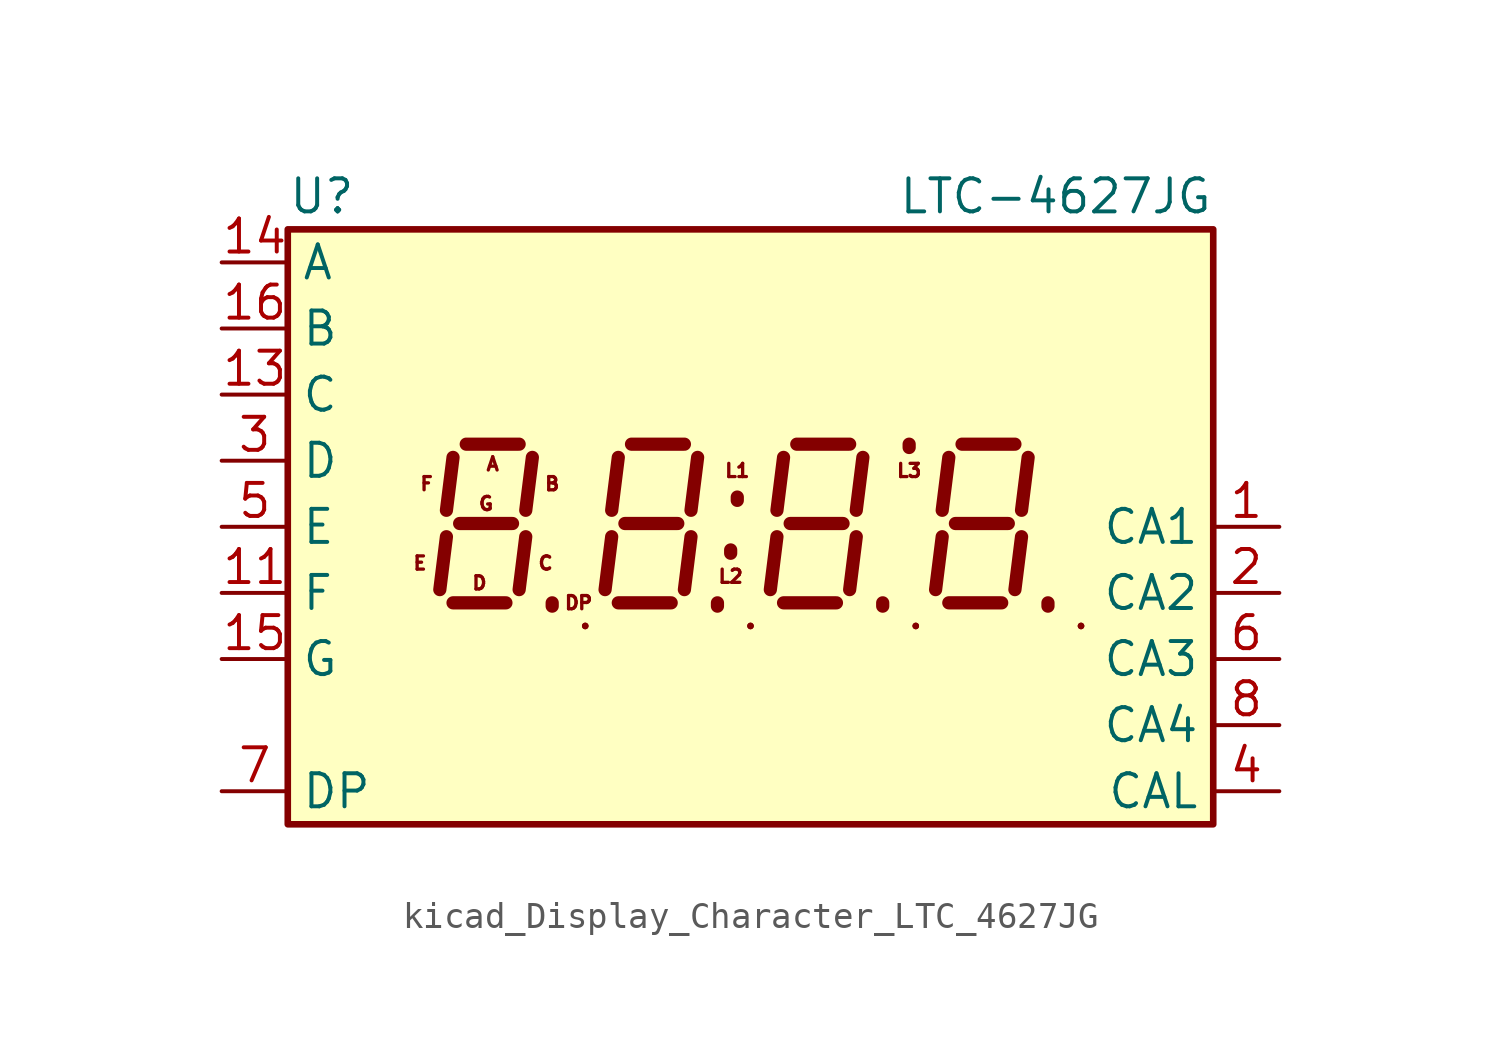
<source format=kicad_sym>
(kicad_symbol_lib
  (version 20220914)
  (generator kicad_symbol_editor)
  (symbol "kicad_Display_Character_LTC_4627JG"
    (property "Reference" "U"
      (at -17.78 12.7 0)
      (effects (font (size 1.27 1.27)) (justify left)))
    (property "Value" "LTC-4627JG"
      (at 17.78 12.7 0)
      (effects (font (size 1.27 1.27)) (justify right)))
    (symbol "kicad_Display_Character_LTC_4627JG_0_1"
      (rectangle (start -17.78 -11.43) (end 17.78 11.43) (stroke (width 0.254) (type default)) (fill (type background)))
      (rectangle (start -6.35 -3.81) (end -6.35 -3.81) (stroke (width 0.254) (type default)) (fill (type none)))
      (rectangle (start 0 -3.81) (end 0 -3.81) (stroke (width 0.254) (type default)) (fill (type none)))
      (polyline (pts (xy -6.35 -3.81) (xy -6.35 -3.81)) (stroke (width 0.254) (type default)) (fill (type none)))
      (polyline (pts (xy 0 -3.81) (xy 0 -3.81)) (stroke (width 0.254) (type default)) (fill (type none)))
      (polyline (pts (xy 6.35 -3.81) (xy 6.35 -3.81)) (stroke (width 0.254) (type default)) (fill (type none)))
      (polyline (pts (xy 12.7 -3.81) (xy 12.7 -3.81)) (stroke (width 0.254) (type default)) (fill (type none)))
      (rectangle (start 6.35 -3.81) (end 6.35 -3.81) (stroke (width 0.254) (type default)) (fill (type none)))
      (rectangle (start 12.7 -3.81) (end 12.7 -3.81) (stroke (width 0.254) (type default)) (fill (type none))))
    (symbol "kicad_Display_Character_LTC_4627JG_1_0"
      (text "A" (at -9.906 2.413 0) (effects (font (size 0.508 0.508))))
      (text "B" (at -7.62 1.651 0) (effects (font (size 0.508 0.508))))
      (text "C" (at -7.874 -1.397 0) (effects (font (size 0.508 0.508))))
      (text "D" (at -10.414 -2.159 0) (effects (font (size 0.508 0.508))))
      (text "DP" (at -6.604 -2.921 0) (effects (font (size 0.508 0.508))))
      (text "E" (at -12.7 -1.397 0) (effects (font (size 0.508 0.508))))
      (text "F" (at -12.446 1.651 0) (effects (font (size 0.508 0.508))))
      (text "G" (at -10.16 0.889 0) (effects (font (size 0.508 0.508))))
      (text "L1" (at -0.508 2.159 0) (effects (font (size 0.508 0.508))))
      (text "L2" (at -0.762 -1.905 0) (effects (font (size 0.508 0.508))))
      (text "L3" (at 6.096 2.159 0) (effects (font (size 0.508 0.508)))))
    (symbol "kicad_Display_Character_LTC_4627JG_1_1"
      (polyline (pts (xy -11.684 -0.381) (xy -11.938 -2.413)) (stroke (width 0.508) (type default)) (fill (type none)))
      (polyline (pts (xy -11.43 -2.921) (xy -9.398 -2.921)) (stroke (width 0.508) (type default)) (fill (type none)))
      (polyline (pts (xy -11.43 2.667) (xy -11.684 0.635)) (stroke (width 0.508) (type default)) (fill (type none)))
      (polyline (pts (xy -11.176 0.127) (xy -9.144 0.127)) (stroke (width 0.508) (type default)) (fill (type none)))
      (polyline (pts (xy -10.922 3.175) (xy -8.89 3.175)) (stroke (width 0.508) (type default)) (fill (type none)))
      (polyline (pts (xy -8.636 -0.381) (xy -8.89 -2.413)) (stroke (width 0.508) (type default)) (fill (type none)))
      (polyline (pts (xy -8.382 2.667) (xy -8.636 0.635)) (stroke (width 0.508) (type default)) (fill (type none)))
      (polyline (pts (xy -7.62 -3.048) (xy -7.62 -2.921)) (stroke (width 0.508) (type default)) (fill (type none)))
      (polyline (pts (xy -5.334 -0.381) (xy -5.588 -2.413)) (stroke (width 0.508) (type default)) (fill (type none)))
      (polyline (pts (xy -5.08 -2.921) (xy -3.048 -2.921)) (stroke (width 0.508) (type default)) (fill (type none)))
      (polyline (pts (xy -5.08 2.667) (xy -5.334 0.635)) (stroke (width 0.508) (type default)) (fill (type none)))
      (polyline (pts (xy -4.826 0.127) (xy -2.794 0.127)) (stroke (width 0.508) (type default)) (fill (type none)))
      (polyline (pts (xy -4.572 3.175) (xy -2.54 3.175)) (stroke (width 0.508) (type default)) (fill (type none)))
      (polyline (pts (xy -2.286 -0.381) (xy -2.54 -2.413)) (stroke (width 0.508) (type default)) (fill (type none)))
      (polyline (pts (xy -2.032 2.667) (xy -2.286 0.635)) (stroke (width 0.508) (type default)) (fill (type none)))
      (polyline (pts (xy -1.27 -3.048) (xy -1.27 -2.921)) (stroke (width 0.508) (type default)) (fill (type none)))
      (polyline (pts (xy -0.762 -1.016) (xy -0.762 -0.889)) (stroke (width 0.508) (type default)) (fill (type none)))
      (polyline (pts (xy -0.508 1.016) (xy -0.508 1.143)) (stroke (width 0.508) (type default)) (fill (type none)))
      (polyline (pts (xy 1.016 -0.381) (xy 0.762 -2.413)) (stroke (width 0.508) (type default)) (fill (type none)))
      (polyline (pts (xy 1.27 -2.921) (xy 3.302 -2.921)) (stroke (width 0.508) (type default)) (fill (type none)))
      (polyline (pts (xy 1.27 2.667) (xy 1.016 0.635)) (stroke (width 0.508) (type default)) (fill (type none)))
      (polyline (pts (xy 1.524 0.127) (xy 3.556 0.127)) (stroke (width 0.508) (type default)) (fill (type none)))
      (polyline (pts (xy 1.778 3.175) (xy 3.81 3.175)) (stroke (width 0.508) (type default)) (fill (type none)))
      (polyline (pts (xy 4.064 -0.381) (xy 3.81 -2.413)) (stroke (width 0.508) (type default)) (fill (type none)))
      (polyline (pts (xy 4.318 2.667) (xy 4.064 0.635)) (stroke (width 0.508) (type default)) (fill (type none)))
      (polyline (pts (xy 5.08 -3.048) (xy 5.08 -2.921)) (stroke (width 0.508) (type default)) (fill (type none)))
      (polyline (pts (xy 6.096 3.048) (xy 6.096 3.175)) (stroke (width 0.508) (type default)) (fill (type none)))
      (polyline (pts (xy 7.366 -0.381) (xy 7.112 -2.413)) (stroke (width 0.508) (type default)) (fill (type none)))
      (polyline (pts (xy 7.62 -2.921) (xy 9.652 -2.921)) (stroke (width 0.508) (type default)) (fill (type none)))
      (polyline (pts (xy 7.62 2.667) (xy 7.366 0.635)) (stroke (width 0.508) (type default)) (fill (type none)))
      (polyline (pts (xy 7.874 0.127) (xy 9.906 0.127)) (stroke (width 0.508) (type default)) (fill (type none)))
      (polyline (pts (xy 8.128 3.175) (xy 10.16 3.175)) (stroke (width 0.508) (type default)) (fill (type none)))
      (polyline (pts (xy 10.414 -0.381) (xy 10.16 -2.413)) (stroke (width 0.508) (type default)) (fill (type none)))
      (polyline (pts (xy 10.668 2.667) (xy 10.414 0.635)) (stroke (width 0.508) (type default)) (fill (type none)))
      (polyline (pts (xy 11.43 -3.048) (xy 11.43 -2.921)) (stroke (width 0.508) (type default)) (fill (type none)))
      (pin input line (at 20.32 0 180) (length 2.54) (name "CA1" (effects (font (size 1.27 1.27)))) (number "1" (effects (font (size 1.27 1.27)))))
      (pin input line (at -20.32 -2.54 0) (length 2.54) (name "F" (effects (font (size 1.27 1.27)))) (number "11" (effects (font (size 1.27 1.27)))))
      (pin input line (at -20.32 5.08 0) (length 2.54) (name "C" (effects (font (size 1.27 1.27)))) (number "13" (effects (font (size 1.27 1.27)))))
      (pin input line (at -20.32 10.16 0) (length 2.54) (name "A" (effects (font (size 1.27 1.27)))) (number "14" (effects (font (size 1.27 1.27)))))
      (pin input line (at -20.32 -5.08 0) (length 2.54) (name "G" (effects (font (size 1.27 1.27)))) (number "15" (effects (font (size 1.27 1.27)))))
      (pin input line (at -20.32 7.62 0) (length 2.54) (name "B" (effects (font (size 1.27 1.27)))) (number "16" (effects (font (size 1.27 1.27)))))
      (pin input line (at 20.32 -2.54 180) (length 2.54) (name "CA2" (effects (font (size 1.27 1.27)))) (number "2" (effects (font (size 1.27 1.27)))))
      (pin input line (at -20.32 2.54 0) (length 2.54) (name "D" (effects (font (size 1.27 1.27)))) (number "3" (effects (font (size 1.27 1.27)))))
      (pin input line (at 20.32 -10.16 180) (length 2.54) (name "CAL" (effects (font (size 1.27 1.27)))) (number "4" (effects (font (size 1.27 1.27)))))
      (pin input line (at -20.32 0 0) (length 2.54) (name "E" (effects (font (size 1.27 1.27)))) (number "5" (effects (font (size 1.27 1.27)))))
      (pin input line (at 20.32 -5.08 180) (length 2.54) (name "CA3" (effects (font (size 1.27 1.27)))) (number "6" (effects (font (size 1.27 1.27)))))
      (pin input line (at -20.32 -10.16 0) (length 2.54) (name "DP" (effects (font (size 1.27 1.27)))) (number "7" (effects (font (size 1.27 1.27)))))
      (pin input line (at 20.32 -7.62 180) (length 2.54) (name "CA4" (effects (font (size 1.27 1.27)))) (number "8" (effects (font (size 1.27 1.27)))))
      (pin no_connect line (at 17.78 7.62 180) (length 2.54) hide (name "NC" (effects (font (size 1.27 1.27)))) (number "9" (effects (font (size 1.27 1.27))))))))
</source>
